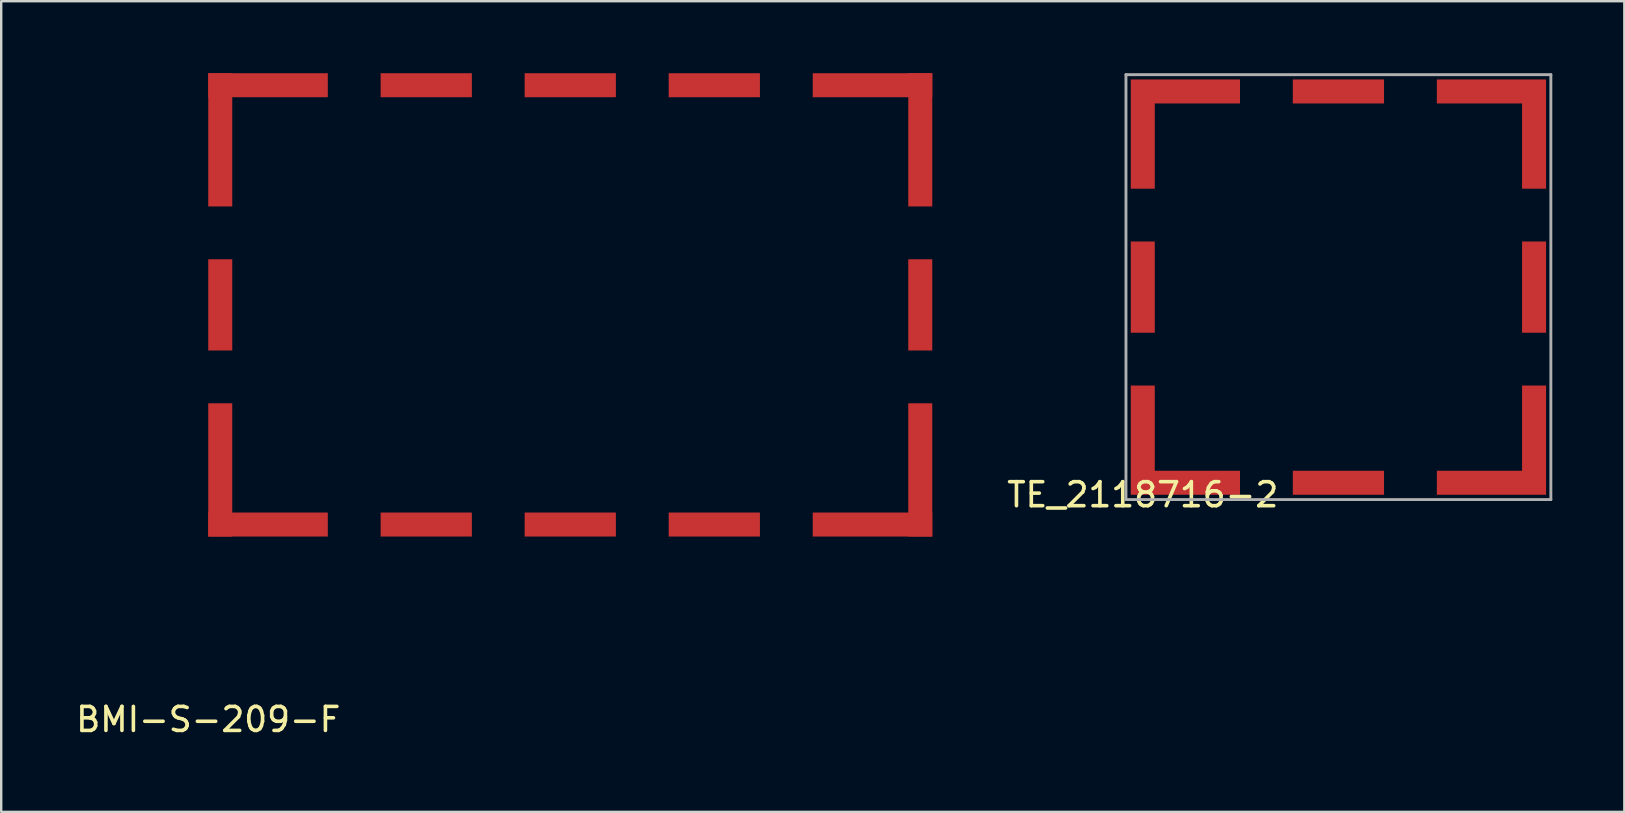
<source format=kicad_pcb>
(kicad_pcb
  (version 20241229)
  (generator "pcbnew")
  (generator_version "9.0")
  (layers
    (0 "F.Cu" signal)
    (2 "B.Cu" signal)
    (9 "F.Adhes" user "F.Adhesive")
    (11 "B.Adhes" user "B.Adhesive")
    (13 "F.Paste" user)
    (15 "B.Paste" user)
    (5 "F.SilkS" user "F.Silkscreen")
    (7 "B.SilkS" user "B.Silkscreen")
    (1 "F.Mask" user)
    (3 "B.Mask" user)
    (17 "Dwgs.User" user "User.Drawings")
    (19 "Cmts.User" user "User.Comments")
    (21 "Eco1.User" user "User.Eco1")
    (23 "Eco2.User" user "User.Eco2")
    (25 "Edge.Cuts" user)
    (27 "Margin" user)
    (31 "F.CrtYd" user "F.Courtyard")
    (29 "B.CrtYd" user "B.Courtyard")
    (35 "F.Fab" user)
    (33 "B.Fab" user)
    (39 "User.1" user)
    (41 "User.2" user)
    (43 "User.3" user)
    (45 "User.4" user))
  (footprint "TE_2118716-2"
    (layer "F.Cu")
    (at 44.553 17.06)
    (property "Reference" "TE_2118716-2" (at 0 0.5 0) (layer "F.SilkS") (effects (font (size 1 1) (thickness 0.15))))
    (attr through_hole)
    (fp_line (start -0.7 -17) (end 17 -17) (stroke (width 0.12) (type solid)) (layer "F.Fab"))
    (fp_line (start -0.7 0.7) (end -0.7 -17) (stroke (width 0.12) (type solid)) (layer "F.Fab"))
    (fp_line (start 17 -17) (end 17 0.7) (stroke (width 0.12) (type solid)) (layer "F.Fab"))
    (fp_line (start 17 0.7) (end -0.7 0.7) (stroke (width 0.12) (type solid)) (layer "F.Fab"))
    (pad "1" smd custom (at 0 -16.3 270) (size 1 1) (layers "F.Cu" "F.Mask" "F.Paste") (options (anchor rect)) (primitives (gr_poly (pts (xy -0.5 0.5) (xy 4.05 0.5) (xy 4.05 -0.5) (xy 0.5 -0.5) (xy 0.5 -4.05) (xy -0.5 -4.05)) (width 0) (fill yes))))
    (pad "1" smd rect (at 0 -8.15 90) (size 3.8 1) (layers "F.Cu" "F.Mask" "F.Paste"))
    (pad "1" smd custom (at 0 0) (size 1 1) (layers "F.Cu" "F.Mask" "F.Paste") (options (anchor rect)) (primitives (gr_poly (pts (xy -0.5 0.5) (xy 4.05 0.5) (xy 4.05 -0.5) (xy 0.5 -0.5) (xy 0.5 -4.05) (xy -0.5 -4.05)) (width 0) (fill yes))))
    (pad "1" smd rect (at 8.15 -16.3) (size 3.8 1) (layers "F.Cu" "F.Mask" "F.Paste"))
    (pad "1" smd rect (at 8.15 0) (size 3.8 1) (layers "F.Cu" "F.Mask" "F.Paste"))
    (pad "1" smd custom (at 16.3 -16.3 180) (size 1 1) (layers "F.Cu" "F.Mask" "F.Paste") (options (anchor rect)) (primitives (gr_poly (pts (xy -0.5 0.5) (xy 4.05 0.5) (xy 4.05 -0.5) (xy 0.5 -0.5) (xy 0.5 -4.05) (xy -0.5 -4.05)) (width 0) (fill yes))))
    (pad "1" smd rect (at 16.3 -8.15 90) (size 3.8 1) (layers "F.Cu" "F.Mask" "F.Paste"))
    (pad "1" smd custom (at 16.3 0 90) (size 1 1) (layers "F.Cu" "F.Mask" "F.Paste") (options (anchor rect)) (primitives (gr_poly (pts (xy -0.5 0.5) (xy 4.05 0.5) (xy 4.05 -0.5) (xy 0.5 -0.5) (xy 0.5 -4.05) (xy -0.5 -4.05)) (width 0) (fill yes)))))
  (footprint "BMI-S-209-F"
    (layer "F.Cu")
    (at 5.625 19.3)
    (property "Reference" "BMI-S-209-F" (at 0 7.62 0) (layer "F.SilkS") (effects (font (size 1 1) (thickness 0.15))))
    (attr through_hole)
    (pad "1" smd rect (at 0.5 -16.525) (size 1 5.55) (layers "F.Cu" "F.Mask" "F.Paste"))
    (pad "1" smd rect (at 0.5 -9.65) (size 1 3.8) (layers "F.Cu" "F.Mask" "F.Paste"))
    (pad "1" smd rect (at 0.5 -2.775) (size 1 5.55) (layers "F.Cu" "F.Mask" "F.Paste"))
    (pad "1" smd rect (at 2.49 -18.8 90) (size 1 4.98) (layers "F.Cu" "F.Mask" "F.Paste"))
    (pad "1" smd rect (at 2.49 -0.5 90) (size 1 4.98) (layers "F.Cu" "F.Mask" "F.Paste"))
    (pad "1" smd rect (at 9.08 -18.8 90) (size 1 3.8) (layers "F.Cu" "F.Mask" "F.Paste"))
    (pad "1" smd rect (at 9.08 -0.5 90) (size 1 3.8) (layers "F.Cu" "F.Mask" "F.Paste"))
    (pad "1" smd rect (at 15.08 -18.8 90) (size 1 3.8) (layers "F.Cu" "F.Mask" "F.Paste"))
    (pad "1" smd rect (at 15.08 -0.5 90) (size 1 3.8) (layers "F.Cu" "F.Mask" "F.Paste"))
    (pad "1" smd rect (at 21.08 -18.8 90) (size 1 3.8) (layers "F.Cu" "F.Mask" "F.Paste"))
    (pad "1" smd rect (at 21.08 -0.5 90) (size 1 3.8) (layers "F.Cu" "F.Mask" "F.Paste"))
    (pad "1" smd rect (at 27.67 -18.8 90) (size 1 4.98) (layers "F.Cu" "F.Mask" "F.Paste"))
    (pad "1" smd rect (at 27.67 -0.5 90) (size 1 4.98) (layers "F.Cu" "F.Mask" "F.Paste"))
    (pad "1" smd rect (at 29.66 -16.525) (size 1 5.55) (layers "F.Cu" "F.Mask" "F.Paste"))
    (pad "1" smd rect (at 29.66 -9.65) (size 1 3.8) (layers "F.Cu" "F.Mask" "F.Paste"))
    (pad "1" smd rect (at 29.66 -2.775) (size 1 5.55) (layers "F.Cu" "F.Mask" "F.Paste")))
  (gr_rect
    (start -3 -3)
    (end 64.613 30.768)
    (stroke (width 0.1) (type default))
    (fill no)
    (layer "Edge.Cuts")))
</source>
